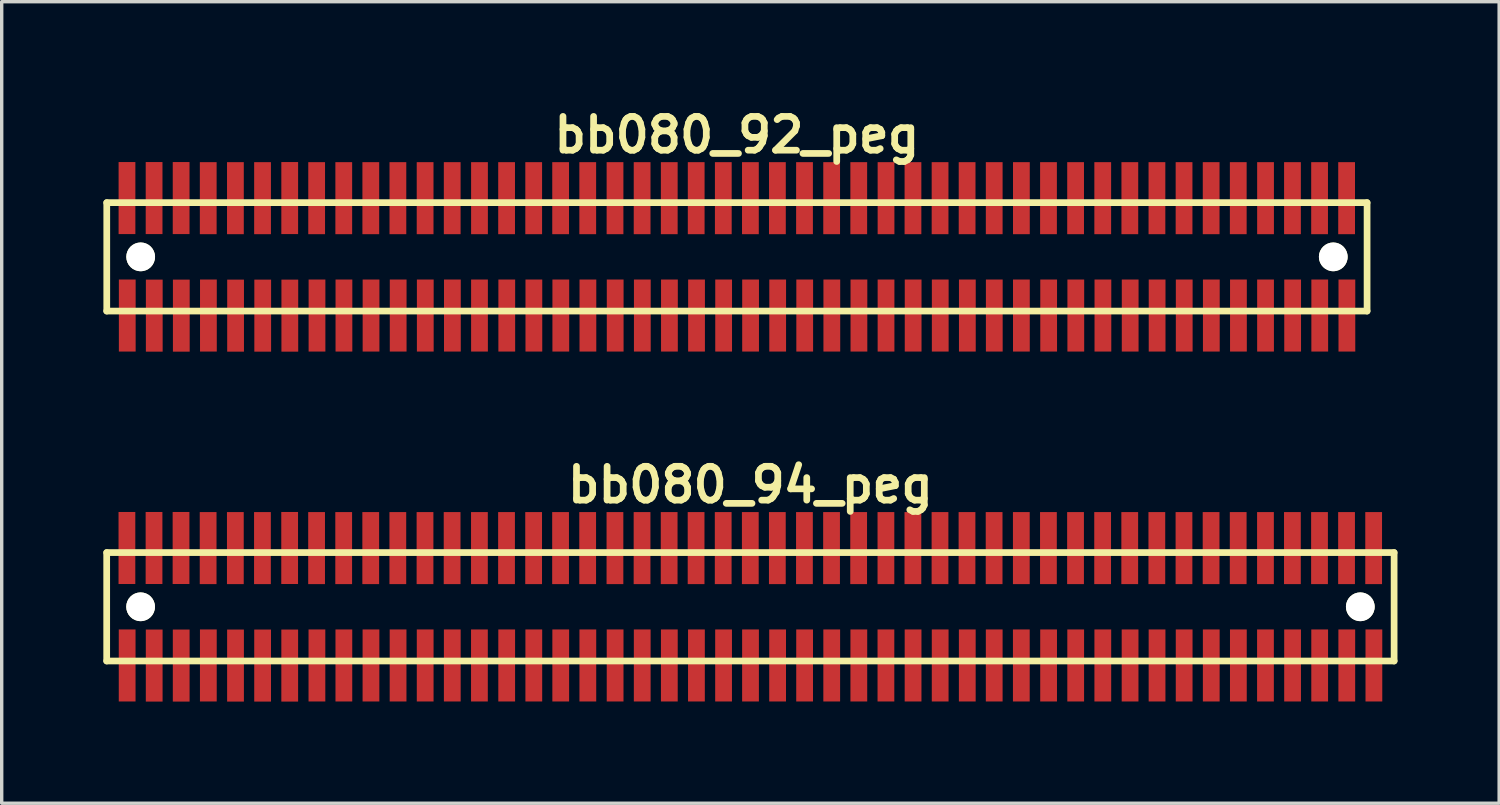
<source format=kicad_pcb>
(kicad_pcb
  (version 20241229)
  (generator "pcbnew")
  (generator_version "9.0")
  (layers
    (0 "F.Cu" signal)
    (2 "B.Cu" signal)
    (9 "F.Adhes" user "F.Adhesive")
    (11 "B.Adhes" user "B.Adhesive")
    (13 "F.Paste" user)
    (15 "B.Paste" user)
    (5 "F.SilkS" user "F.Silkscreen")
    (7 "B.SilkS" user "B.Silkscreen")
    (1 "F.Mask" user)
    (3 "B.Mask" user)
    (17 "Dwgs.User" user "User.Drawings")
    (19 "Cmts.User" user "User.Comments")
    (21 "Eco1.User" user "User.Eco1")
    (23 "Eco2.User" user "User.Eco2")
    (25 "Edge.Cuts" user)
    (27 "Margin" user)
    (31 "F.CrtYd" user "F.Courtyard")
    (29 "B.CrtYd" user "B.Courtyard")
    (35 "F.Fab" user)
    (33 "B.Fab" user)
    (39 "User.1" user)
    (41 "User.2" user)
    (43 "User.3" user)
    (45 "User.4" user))
  (footprint "bb080_92_peg"
    (layer "F.Cu")
    (at 18.699 4.531)
    (property "Reference" "bb080_92_peg" (at 0 -3.599 0) (layer "F.SilkS") (effects (font (size 0.998 0.998) (thickness 0.198))))
    (attr through_hole)
    (fp_line (start -18.6 1.6) (end 18.6 1.6) (stroke (width 0.198) (type solid)) (layer "F.SilkS"))
    (fp_line (start -18.598 -1.6) (end -18.598 1.6) (stroke (width 0.198) (type solid)) (layer "F.SilkS"))
    (fp_line (start 18.6 -1.6) (end -18.6 -1.6) (stroke (width 0.198) (type solid)) (layer "F.SilkS"))
    (fp_line (start 18.6 1.6) (end 18.6 -1.6) (stroke (width 0.198) (type solid)) (layer "F.SilkS"))
    (pad "" np_thru_hole circle (at -17.597 0) (size 0.848 0.848) (drill 0.848) (layers "*.Cu" "*.Mask" "F.SilkS"))
    (pad "" np_thru_hole circle (at 17.602 0) (size 0.848 0.848) (drill 0.848) (layers "*.Cu" "*.Mask" "F.SilkS"))
    (pad "1" smd rect (at -17.993 1.732) (size 0.495 2.126) (layers "F.Cu" "F.Mask" "F.Paste"))
    (pad "2" smd rect (at -18.001 -1.735) (size 0.495 2.126) (layers "F.Cu" "F.Mask" "F.Paste"))
    (pad "3" smd rect (at -17.196 1.735) (size 0.495 2.126) (layers "F.Cu" "F.Mask" "F.Paste"))
    (pad "4" smd rect (at -17.201 -1.735) (size 0.495 2.126) (layers "F.Cu" "F.Mask" "F.Paste"))
    (pad "5" smd rect (at -16.398 1.735) (size 0.495 2.126) (layers "F.Cu" "F.Mask" "F.Paste"))
    (pad "6" smd rect (at -16.403 -1.735) (size 0.495 2.126) (layers "F.Cu" "F.Mask" "F.Paste"))
    (pad "7" smd rect (at -15.598 1.732) (size 0.495 2.126) (layers "F.Cu" "F.Mask" "F.Paste"))
    (pad "8" smd rect (at -15.603 -1.732) (size 0.495 2.126) (layers "F.Cu" "F.Mask" "F.Paste"))
    (pad "9" smd rect (at -14.796 1.735) (size 0.495 2.126) (layers "F.Cu" "F.Mask" "F.Paste"))
    (pad "10" smd rect (at -14.801 -1.732) (size 0.495 2.126) (layers "F.Cu" "F.Mask" "F.Paste"))
    (pad "11" smd rect (at -13.995 1.735) (size 0.495 2.126) (layers "F.Cu" "F.Mask" "F.Paste"))
    (pad "12" smd rect (at -14 -1.732) (size 0.495 2.126) (layers "F.Cu" "F.Mask" "F.Paste"))
    (pad "13" smd rect (at -13.195 1.735) (size 0.495 2.126) (layers "F.Cu" "F.Mask" "F.Paste"))
    (pad "14" smd rect (at -13.198 -1.735) (size 0.495 2.126) (layers "F.Cu" "F.Mask" "F.Paste"))
    (pad "15" smd rect (at -12.393 1.732) (size 0.495 2.126) (layers "F.Cu" "F.Mask" "F.Paste"))
    (pad "16" smd rect (at -12.403 -1.732) (size 0.495 2.126) (layers "F.Cu" "F.Mask" "F.Paste"))
    (pad "17" smd rect (at -11.598 1.732) (size 0.495 2.126) (layers "F.Cu" "F.Mask" "F.Paste"))
    (pad "18" smd rect (at -11.603 -1.732) (size 0.495 2.126) (layers "F.Cu" "F.Mask" "F.Paste"))
    (pad "19" smd rect (at -10.798 1.732) (size 0.495 2.126) (layers "F.Cu" "F.Mask" "F.Paste"))
    (pad "20" smd rect (at -10.805 -1.732) (size 0.495 2.126) (layers "F.Cu" "F.Mask" "F.Paste"))
    (pad "21" smd rect (at -9.997 1.732) (size 0.495 2.126) (layers "F.Cu" "F.Mask" "F.Paste"))
    (pad "22" smd rect (at -10.005 -1.732) (size 0.495 2.126) (layers "F.Cu" "F.Mask" "F.Paste"))
    (pad "23" smd rect (at -9.197 1.732) (size 0.495 2.126) (layers "F.Cu" "F.Mask" "F.Paste"))
    (pad "24" smd rect (at -9.202 -1.732) (size 0.495 2.126) (layers "F.Cu" "F.Mask" "F.Paste"))
    (pad "25" smd rect (at -8.397 1.732) (size 0.495 2.126) (layers "F.Cu" "F.Mask" "F.Paste"))
    (pad "26" smd rect (at -8.402 -1.732) (size 0.495 2.126) (layers "F.Cu" "F.Mask" "F.Paste"))
    (pad "27" smd rect (at -7.597 1.732) (size 0.495 2.126) (layers "F.Cu" "F.Mask" "F.Paste"))
    (pad "28" smd rect (at -7.597 -1.732) (size 0.495 2.126) (layers "F.Cu" "F.Mask" "F.Paste"))
    (pad "29" smd rect (at -6.792 1.732) (size 0.495 2.126) (layers "F.Cu" "F.Mask" "F.Paste"))
    (pad "30" smd rect (at -6.797 -1.732) (size 0.495 2.126) (layers "F.Cu" "F.Mask" "F.Paste"))
    (pad "31" smd rect (at -5.992 1.732) (size 0.495 2.126) (layers "F.Cu" "F.Mask" "F.Paste"))
    (pad "32" smd rect (at -5.997 -1.732) (size 0.495 2.126) (layers "F.Cu" "F.Mask" "F.Paste"))
    (pad "33" smd rect (at -5.197 1.732) (size 0.495 2.126) (layers "F.Cu" "F.Mask" "F.Paste"))
    (pad "34" smd rect (at -5.202 -1.732) (size 0.495 2.126) (layers "F.Cu" "F.Mask" "F.Paste"))
    (pad "35" smd rect (at -4.397 1.732) (size 0.495 2.126) (layers "F.Cu" "F.Mask" "F.Paste"))
    (pad "36" smd rect (at -4.402 -1.732) (size 0.495 2.126) (layers "F.Cu" "F.Mask" "F.Paste"))
    (pad "37" smd rect (at -3.592 1.732) (size 0.495 2.126) (layers "F.Cu" "F.Mask" "F.Paste"))
    (pad "38" smd rect (at -3.597 -1.732) (size 0.495 2.126) (layers "F.Cu" "F.Mask" "F.Paste"))
    (pad "39" smd rect (at -2.791 1.732) (size 0.495 2.126) (layers "F.Cu" "F.Mask" "F.Paste"))
    (pad "40" smd rect (at -2.797 -1.732) (size 0.495 2.126) (layers "F.Cu" "F.Mask" "F.Paste"))
    (pad "41" smd rect (at -1.991 1.732) (size 0.495 2.126) (layers "F.Cu" "F.Mask" "F.Paste"))
    (pad "42" smd rect (at -1.996 -1.732) (size 0.495 2.126) (layers "F.Cu" "F.Mask" "F.Paste"))
    (pad "43" smd rect (at -1.191 1.732) (size 0.495 2.126) (layers "F.Cu" "F.Mask" "F.Paste"))
    (pad "44" smd rect (at -1.201 -1.732) (size 0.495 2.126) (layers "F.Cu" "F.Mask" "F.Paste"))
    (pad "45" smd rect (at -0.391 1.732) (size 0.495 2.126) (layers "F.Cu" "F.Mask" "F.Paste"))
    (pad "46" smd rect (at -0.401 -1.732) (size 0.495 2.126) (layers "F.Cu" "F.Mask" "F.Paste"))
    (pad "47" smd rect (at 0.404 1.732) (size 0.495 2.126) (layers "F.Cu" "F.Mask" "F.Paste"))
    (pad "48" smd rect (at 0.399 -1.732) (size 0.495 2.126) (layers "F.Cu" "F.Mask" "F.Paste"))
    (pad "49" smd rect (at 1.204 1.732) (size 0.495 2.126) (layers "F.Cu" "F.Mask" "F.Paste"))
    (pad "50" smd rect (at 1.196 -1.732) (size 0.495 2.126) (layers "F.Cu" "F.Mask" "F.Paste"))
    (pad "51" smd rect (at 2.002 1.732) (size 0.495 2.126) (layers "F.Cu" "F.Mask" "F.Paste"))
    (pad "52" smd rect (at 1.996 -1.732) (size 0.495 2.126) (layers "F.Cu" "F.Mask" "F.Paste"))
    (pad "53" smd rect (at 2.802 1.732) (size 0.495 2.126) (layers "F.Cu" "F.Mask" "F.Paste"))
    (pad "54" smd rect (at 2.797 -1.732) (size 0.495 2.126) (layers "F.Cu" "F.Mask" "F.Paste"))
    (pad "55" smd rect (at 3.602 1.732) (size 0.495 2.126) (layers "F.Cu" "F.Mask" "F.Paste"))
    (pad "56" smd rect (at 3.597 -1.732) (size 0.495 2.126) (layers "F.Cu" "F.Mask" "F.Paste"))
    (pad "57" smd rect (at 4.402 1.732) (size 0.495 2.126) (layers "F.Cu" "F.Mask" "F.Paste"))
    (pad "58" smd rect (at 4.402 -1.732) (size 0.495 2.126) (layers "F.Cu" "F.Mask" "F.Paste"))
    (pad "59" smd rect (at 5.202 1.732) (size 0.495 2.126) (layers "F.Cu" "F.Mask" "F.Paste"))
    (pad "60" smd rect (at 5.197 -1.732) (size 0.495 2.126) (layers "F.Cu" "F.Mask" "F.Paste"))
    (pad "61" smd rect (at 6.002 1.732) (size 0.495 2.126) (layers "F.Cu" "F.Mask" "F.Paste"))
    (pad "62" smd rect (at 5.997 -1.732) (size 0.495 2.126) (layers "F.Cu" "F.Mask" "F.Paste"))
    (pad "63" smd rect (at 6.802 1.732) (size 0.495 2.126) (layers "F.Cu" "F.Mask" "F.Paste"))
    (pad "64" smd rect (at 6.795 -1.732) (size 0.495 2.126) (layers "F.Cu" "F.Mask" "F.Paste"))
    (pad "65" smd rect (at 7.597 1.732) (size 0.495 2.126) (layers "F.Cu" "F.Mask" "F.Paste"))
    (pad "66" smd rect (at 7.595 -1.732) (size 0.495 2.126) (layers "F.Cu" "F.Mask" "F.Paste"))
    (pad "67" smd rect (at 8.397 1.732) (size 0.495 2.126) (layers "F.Cu" "F.Mask" "F.Paste"))
    (pad "68" smd rect (at 8.397 -1.732) (size 0.495 2.126) (layers "F.Cu" "F.Mask" "F.Paste"))
    (pad "69" smd rect (at 9.202 1.732) (size 0.495 2.126) (layers "F.Cu" "F.Mask" "F.Paste"))
    (pad "70" smd rect (at 9.197 -1.732) (size 0.495 2.126) (layers "F.Cu" "F.Mask" "F.Paste"))
    (pad "71" smd rect (at 10.003 1.732) (size 0.495 2.126) (layers "F.Cu" "F.Mask" "F.Paste"))
    (pad "72" smd rect (at 9.997 -1.732) (size 0.495 2.126) (layers "F.Cu" "F.Mask" "F.Paste"))
    (pad "73" smd rect (at 10.803 1.732) (size 0.495 2.126) (layers "F.Cu" "F.Mask" "F.Paste"))
    (pad "74" smd rect (at 10.798 -1.732) (size 0.495 2.126) (layers "F.Cu" "F.Mask" "F.Paste"))
    (pad "75" smd rect (at 11.608 1.732) (size 0.495 2.126) (layers "F.Cu" "F.Mask" "F.Paste"))
    (pad "76" smd rect (at 11.598 -1.732) (size 0.495 2.126) (layers "F.Cu" "F.Mask" "F.Paste"))
    (pad "77" smd rect (at 12.403 1.732) (size 0.495 2.126) (layers "F.Cu" "F.Mask" "F.Paste"))
    (pad "78" smd rect (at 12.398 -1.732) (size 0.495 2.126) (layers "F.Cu" "F.Mask" "F.Paste"))
    (pad "79" smd rect (at 13.203 1.732) (size 0.495 2.126) (layers "F.Cu" "F.Mask" "F.Paste"))
    (pad "80" smd rect (at 13.198 -1.732) (size 0.495 2.126) (layers "F.Cu" "F.Mask" "F.Paste"))
    (pad "81" smd rect (at 14.003 1.732) (size 0.495 2.126) (layers "F.Cu" "F.Mask" "F.Paste"))
    (pad "82" smd rect (at 13.998 -1.732) (size 0.495 2.126) (layers "F.Cu" "F.Mask" "F.Paste"))
    (pad "83" smd rect (at 14.803 1.732) (size 0.495 2.126) (layers "F.Cu" "F.Mask" "F.Paste"))
    (pad "84" smd rect (at 14.798 -1.732) (size 0.495 2.126) (layers "F.Cu" "F.Mask" "F.Paste"))
    (pad "85" smd rect (at 15.603 1.732) (size 0.495 2.126) (layers "F.Cu" "F.Mask" "F.Paste"))
    (pad "86" smd rect (at 15.603 -1.732) (size 0.495 2.126) (layers "F.Cu" "F.Mask" "F.Paste"))
    (pad "87" smd rect (at 16.403 1.732) (size 0.495 2.126) (layers "F.Cu" "F.Mask" "F.Paste"))
    (pad "88" smd rect (at 16.398 -1.732) (size 0.495 2.126) (layers "F.Cu" "F.Mask" "F.Paste"))
    (pad "89" smd rect (at 17.203 1.732) (size 0.495 2.126) (layers "F.Cu" "F.Mask" "F.Paste"))
    (pad "90" smd rect (at 17.198 -1.732) (size 0.495 2.126) (layers "F.Cu" "F.Mask" "F.Paste"))
    (pad "91" smd rect (at 18.004 1.732) (size 0.495 2.126) (layers "F.Cu" "F.Mask" "F.Paste"))
    (pad "92" smd rect (at 17.996 -1.732) (size 0.495 2.126) (layers "F.Cu" "F.Mask" "F.Paste")))
  (footprint "bb080_94_peg"
    (layer "F.Cu")
    (at 19.098 14.859)
    (property "Reference" "bb080_94_peg" (at 0 -3.599 0) (layer "F.SilkS") (effects (font (size 0.998 0.998) (thickness 0.198))))
    (attr through_hole)
    (fp_line (start -18.999 -1.6) (end -18.999 1.6) (stroke (width 0.198) (type solid)) (layer "F.SilkS"))
    (fp_line (start -18.999 1.6) (end 18.999 1.6) (stroke (width 0.198) (type solid)) (layer "F.SilkS"))
    (fp_line (start 18.999 -1.6) (end -18.999 -1.6) (stroke (width 0.198) (type solid)) (layer "F.SilkS"))
    (fp_line (start 18.999 1.6) (end 18.999 -1.6) (stroke (width 0.198) (type solid)) (layer "F.SilkS"))
    (pad "" np_thru_hole circle (at -17.998 0) (size 0.848 0.848) (drill 0.848) (layers "*.Cu" "*.Mask" "F.SilkS"))
    (pad "" np_thru_hole circle (at 18.001 0) (size 0.848 0.848) (drill 0.848) (layers "*.Cu" "*.Mask" "F.SilkS"))
    (pad "1" smd rect (at -18.395 1.732) (size 0.495 2.126) (layers "F.Cu" "F.Mask" "F.Paste"))
    (pad "2" smd rect (at -18.402 -1.735) (size 0.495 2.126) (layers "F.Cu" "F.Mask" "F.Paste"))
    (pad "3" smd rect (at -17.597 1.735) (size 0.495 2.126) (layers "F.Cu" "F.Mask" "F.Paste"))
    (pad "4" smd rect (at -17.602 -1.735) (size 0.495 2.126) (layers "F.Cu" "F.Mask" "F.Paste"))
    (pad "5" smd rect (at -16.8 1.735) (size 0.495 2.126) (layers "F.Cu" "F.Mask" "F.Paste"))
    (pad "6" smd rect (at -16.805 -1.735) (size 0.495 2.126) (layers "F.Cu" "F.Mask" "F.Paste"))
    (pad "7" smd rect (at -15.999 1.732) (size 0.495 2.126) (layers "F.Cu" "F.Mask" "F.Paste"))
    (pad "8" smd rect (at -16.005 -1.732) (size 0.495 2.126) (layers "F.Cu" "F.Mask" "F.Paste"))
    (pad "9" smd rect (at -15.197 1.735) (size 0.495 2.126) (layers "F.Cu" "F.Mask" "F.Paste"))
    (pad "10" smd rect (at -15.202 -1.732) (size 0.495 2.126) (layers "F.Cu" "F.Mask" "F.Paste"))
    (pad "11" smd rect (at -14.397 1.735) (size 0.495 2.126) (layers "F.Cu" "F.Mask" "F.Paste"))
    (pad "12" smd rect (at -14.402 -1.732) (size 0.495 2.126) (layers "F.Cu" "F.Mask" "F.Paste"))
    (pad "13" smd rect (at -13.597 1.735) (size 0.495 2.126) (layers "F.Cu" "F.Mask" "F.Paste"))
    (pad "14" smd rect (at -13.599 -1.735) (size 0.495 2.126) (layers "F.Cu" "F.Mask" "F.Paste"))
    (pad "15" smd rect (at -12.794 1.732) (size 0.495 2.126) (layers "F.Cu" "F.Mask" "F.Paste"))
    (pad "16" smd rect (at -12.804 -1.732) (size 0.495 2.126) (layers "F.Cu" "F.Mask" "F.Paste"))
    (pad "17" smd rect (at -11.999 1.732) (size 0.495 2.126) (layers "F.Cu" "F.Mask" "F.Paste"))
    (pad "18" smd rect (at -12.004 -1.732) (size 0.495 2.126) (layers "F.Cu" "F.Mask" "F.Paste"))
    (pad "19" smd rect (at -11.199 1.732) (size 0.495 2.126) (layers "F.Cu" "F.Mask" "F.Paste"))
    (pad "20" smd rect (at -11.206 -1.732) (size 0.495 2.126) (layers "F.Cu" "F.Mask" "F.Paste"))
    (pad "21" smd rect (at -10.399 1.732) (size 0.495 2.126) (layers "F.Cu" "F.Mask" "F.Paste"))
    (pad "22" smd rect (at -10.406 -1.732) (size 0.495 2.126) (layers "F.Cu" "F.Mask" "F.Paste"))
    (pad "23" smd rect (at -9.599 1.732) (size 0.495 2.126) (layers "F.Cu" "F.Mask" "F.Paste"))
    (pad "24" smd rect (at -9.604 -1.732) (size 0.495 2.126) (layers "F.Cu" "F.Mask" "F.Paste"))
    (pad "25" smd rect (at -8.799 1.732) (size 0.495 2.126) (layers "F.Cu" "F.Mask" "F.Paste"))
    (pad "26" smd rect (at -8.804 -1.732) (size 0.495 2.126) (layers "F.Cu" "F.Mask" "F.Paste"))
    (pad "27" smd rect (at -7.998 1.732) (size 0.495 2.126) (layers "F.Cu" "F.Mask" "F.Paste"))
    (pad "28" smd rect (at -7.998 -1.732) (size 0.495 2.126) (layers "F.Cu" "F.Mask" "F.Paste"))
    (pad "29" smd rect (at -7.193 1.732) (size 0.495 2.126) (layers "F.Cu" "F.Mask" "F.Paste"))
    (pad "30" smd rect (at -7.198 -1.732) (size 0.495 2.126) (layers "F.Cu" "F.Mask" "F.Paste"))
    (pad "31" smd rect (at -6.393 1.732) (size 0.495 2.126) (layers "F.Cu" "F.Mask" "F.Paste"))
    (pad "32" smd rect (at -6.398 -1.732) (size 0.495 2.126) (layers "F.Cu" "F.Mask" "F.Paste"))
    (pad "33" smd rect (at -5.598 1.732) (size 0.495 2.126) (layers "F.Cu" "F.Mask" "F.Paste"))
    (pad "34" smd rect (at -5.603 -1.732) (size 0.495 2.126) (layers "F.Cu" "F.Mask" "F.Paste"))
    (pad "35" smd rect (at -4.798 1.732) (size 0.495 2.126) (layers "F.Cu" "F.Mask" "F.Paste"))
    (pad "36" smd rect (at -4.803 -1.732) (size 0.495 2.126) (layers "F.Cu" "F.Mask" "F.Paste"))
    (pad "37" smd rect (at -3.993 1.732) (size 0.495 2.126) (layers "F.Cu" "F.Mask" "F.Paste"))
    (pad "38" smd rect (at -3.998 -1.732) (size 0.495 2.126) (layers "F.Cu" "F.Mask" "F.Paste"))
    (pad "39" smd rect (at -3.193 1.732) (size 0.495 2.126) (layers "F.Cu" "F.Mask" "F.Paste"))
    (pad "40" smd rect (at -3.198 -1.732) (size 0.495 2.126) (layers "F.Cu" "F.Mask" "F.Paste"))
    (pad "41" smd rect (at -2.393 1.732) (size 0.495 2.126) (layers "F.Cu" "F.Mask" "F.Paste"))
    (pad "42" smd rect (at -2.398 -1.732) (size 0.495 2.126) (layers "F.Cu" "F.Mask" "F.Paste"))
    (pad "43" smd rect (at -1.593 1.732) (size 0.495 2.126) (layers "F.Cu" "F.Mask" "F.Paste"))
    (pad "44" smd rect (at -1.603 -1.732) (size 0.495 2.126) (layers "F.Cu" "F.Mask" "F.Paste"))
    (pad "45" smd rect (at -0.792 1.732) (size 0.495 2.126) (layers "F.Cu" "F.Mask" "F.Paste"))
    (pad "46" smd rect (at -0.803 -1.732) (size 0.495 2.126) (layers "F.Cu" "F.Mask" "F.Paste"))
    (pad "47" smd rect (at 0.003 1.732) (size 0.495 2.126) (layers "F.Cu" "F.Mask" "F.Paste"))
    (pad "48" smd rect (at -0.003 -1.732) (size 0.495 2.126) (layers "F.Cu" "F.Mask" "F.Paste"))
    (pad "49" smd rect (at 0.803 1.732) (size 0.495 2.126) (layers "F.Cu" "F.Mask" "F.Paste"))
    (pad "50" smd rect (at 0.795 -1.732) (size 0.495 2.126) (layers "F.Cu" "F.Mask" "F.Paste"))
    (pad "51" smd rect (at 1.6 1.732) (size 0.495 2.126) (layers "F.Cu" "F.Mask" "F.Paste"))
    (pad "52" smd rect (at 1.595 -1.732) (size 0.495 2.126) (layers "F.Cu" "F.Mask" "F.Paste"))
    (pad "53" smd rect (at 2.4 1.732) (size 0.495 2.126) (layers "F.Cu" "F.Mask" "F.Paste"))
    (pad "54" smd rect (at 2.395 -1.732) (size 0.495 2.126) (layers "F.Cu" "F.Mask" "F.Paste"))
    (pad "55" smd rect (at 3.2 1.732) (size 0.495 2.126) (layers "F.Cu" "F.Mask" "F.Paste"))
    (pad "56" smd rect (at 3.195 -1.732) (size 0.495 2.126) (layers "F.Cu" "F.Mask" "F.Paste"))
    (pad "57" smd rect (at 4 1.732) (size 0.495 2.126) (layers "F.Cu" "F.Mask" "F.Paste"))
    (pad "58" smd rect (at 4 -1.732) (size 0.495 2.126) (layers "F.Cu" "F.Mask" "F.Paste"))
    (pad "59" smd rect (at 4.801 1.732) (size 0.495 2.126) (layers "F.Cu" "F.Mask" "F.Paste"))
    (pad "60" smd rect (at 4.796 -1.732) (size 0.495 2.126) (layers "F.Cu" "F.Mask" "F.Paste"))
    (pad "61" smd rect (at 5.601 1.732) (size 0.495 2.126) (layers "F.Cu" "F.Mask" "F.Paste"))
    (pad "62" smd rect (at 5.596 -1.732) (size 0.495 2.126) (layers "F.Cu" "F.Mask" "F.Paste"))
    (pad "63" smd rect (at 6.401 1.732) (size 0.495 2.126) (layers "F.Cu" "F.Mask" "F.Paste"))
    (pad "64" smd rect (at 6.393 -1.732) (size 0.495 2.126) (layers "F.Cu" "F.Mask" "F.Paste"))
    (pad "65" smd rect (at 7.196 1.732) (size 0.495 2.126) (layers "F.Cu" "F.Mask" "F.Paste"))
    (pad "66" smd rect (at 7.193 -1.732) (size 0.495 2.126) (layers "F.Cu" "F.Mask" "F.Paste"))
    (pad "67" smd rect (at 7.996 1.732) (size 0.495 2.126) (layers "F.Cu" "F.Mask" "F.Paste"))
    (pad "68" smd rect (at 7.996 -1.732) (size 0.495 2.126) (layers "F.Cu" "F.Mask" "F.Paste"))
    (pad "69" smd rect (at 8.801 1.732) (size 0.495 2.126) (layers "F.Cu" "F.Mask" "F.Paste"))
    (pad "70" smd rect (at 8.796 -1.732) (size 0.495 2.126) (layers "F.Cu" "F.Mask" "F.Paste"))
    (pad "71" smd rect (at 9.601 1.732) (size 0.495 2.126) (layers "F.Cu" "F.Mask" "F.Paste"))
    (pad "72" smd rect (at 9.596 -1.732) (size 0.495 2.126) (layers "F.Cu" "F.Mask" "F.Paste"))
    (pad "73" smd rect (at 10.401 1.732) (size 0.495 2.126) (layers "F.Cu" "F.Mask" "F.Paste"))
    (pad "74" smd rect (at 10.396 -1.732) (size 0.495 2.126) (layers "F.Cu" "F.Mask" "F.Paste"))
    (pad "75" smd rect (at 11.206 1.732) (size 0.495 2.126) (layers "F.Cu" "F.Mask" "F.Paste"))
    (pad "76" smd rect (at 11.196 -1.732) (size 0.495 2.126) (layers "F.Cu" "F.Mask" "F.Paste"))
    (pad "77" smd rect (at 12.002 1.732) (size 0.495 2.126) (layers "F.Cu" "F.Mask" "F.Paste"))
    (pad "78" smd rect (at 11.996 -1.732) (size 0.495 2.126) (layers "F.Cu" "F.Mask" "F.Paste"))
    (pad "79" smd rect (at 12.802 1.732) (size 0.495 2.126) (layers "F.Cu" "F.Mask" "F.Paste"))
    (pad "80" smd rect (at 12.797 -1.732) (size 0.495 2.126) (layers "F.Cu" "F.Mask" "F.Paste"))
    (pad "81" smd rect (at 13.602 1.732) (size 0.495 2.126) (layers "F.Cu" "F.Mask" "F.Paste"))
    (pad "82" smd rect (at 13.597 -1.732) (size 0.495 2.126) (layers "F.Cu" "F.Mask" "F.Paste"))
    (pad "83" smd rect (at 14.402 1.732) (size 0.495 2.126) (layers "F.Cu" "F.Mask" "F.Paste"))
    (pad "84" smd rect (at 14.397 -1.732) (size 0.495 2.126) (layers "F.Cu" "F.Mask" "F.Paste"))
    (pad "85" smd rect (at 15.202 1.732) (size 0.495 2.126) (layers "F.Cu" "F.Mask" "F.Paste"))
    (pad "86" smd rect (at 15.202 -1.732) (size 0.495 2.126) (layers "F.Cu" "F.Mask" "F.Paste"))
    (pad "87" smd rect (at 16.002 1.732) (size 0.495 2.126) (layers "F.Cu" "F.Mask" "F.Paste"))
    (pad "88" smd rect (at 15.997 -1.732) (size 0.495 2.126) (layers "F.Cu" "F.Mask" "F.Paste"))
    (pad "89" smd rect (at 16.802 1.732) (size 0.495 2.126) (layers "F.Cu" "F.Mask" "F.Paste"))
    (pad "90" smd rect (at 16.797 -1.732) (size 0.495 2.126) (layers "F.Cu" "F.Mask" "F.Paste"))
    (pad "91" smd rect (at 17.602 1.732) (size 0.495 2.126) (layers "F.Cu" "F.Mask" "F.Paste"))
    (pad "92" smd rect (at 17.595 -1.732) (size 0.495 2.126) (layers "F.Cu" "F.Mask" "F.Paste"))
    (pad "93" smd rect (at 18.402 1.732) (size 0.495 2.126) (layers "F.Cu" "F.Mask" "F.Paste"))
    (pad "94" smd rect (at 18.395 -1.732) (size 0.495 2.126) (layers "F.Cu" "F.Mask" "F.Paste")))
  (gr_rect
    (start -3 -3)
    (end 41.197 20.657)
    (stroke (width 0.1) (type default))
    (fill no)
    (layer "Edge.Cuts")))
</source>
